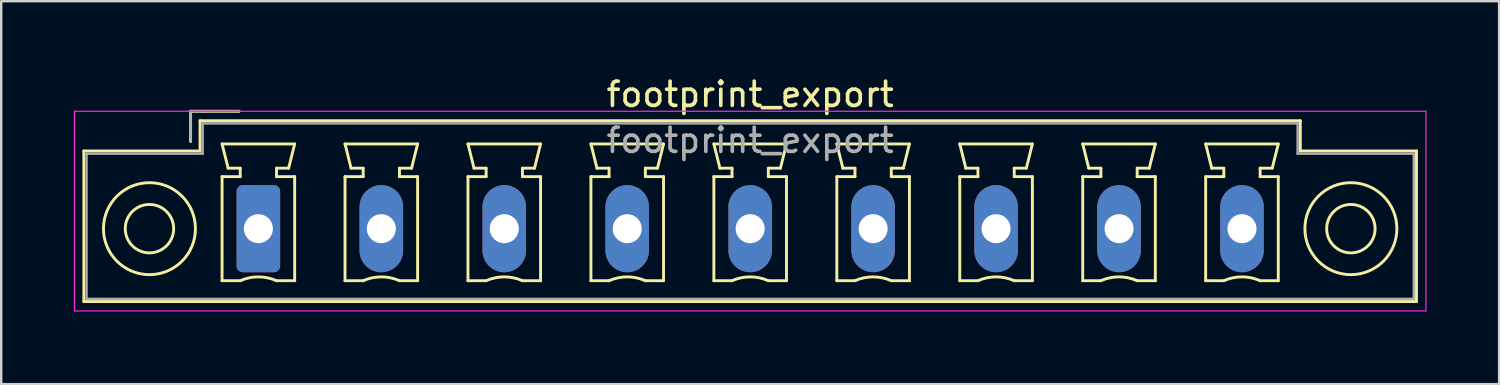
<source format=kicad_pcb>
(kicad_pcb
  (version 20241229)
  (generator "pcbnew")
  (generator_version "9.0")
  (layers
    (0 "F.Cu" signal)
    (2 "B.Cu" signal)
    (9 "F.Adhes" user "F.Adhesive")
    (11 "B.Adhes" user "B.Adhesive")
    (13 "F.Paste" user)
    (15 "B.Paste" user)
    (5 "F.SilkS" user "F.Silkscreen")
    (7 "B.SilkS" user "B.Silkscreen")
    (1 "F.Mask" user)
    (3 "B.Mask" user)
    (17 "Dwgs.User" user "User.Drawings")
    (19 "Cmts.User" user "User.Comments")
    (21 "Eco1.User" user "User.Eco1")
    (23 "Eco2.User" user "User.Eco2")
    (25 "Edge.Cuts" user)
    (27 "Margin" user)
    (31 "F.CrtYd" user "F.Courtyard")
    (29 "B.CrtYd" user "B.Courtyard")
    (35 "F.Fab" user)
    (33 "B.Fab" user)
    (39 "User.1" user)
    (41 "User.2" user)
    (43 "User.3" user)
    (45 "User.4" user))
  (footprint "footprint_export"
    (layer "F.Cu")
    (at 7.625 6.398)
    (property "Reference" "footprint_export" (at 20.32 -5.55 0) (layer "F.SilkS") (effects (font (size 1 1) (thickness 0.15))))
    (attr through_hole)
    (fp_line (start -7.21 -3.21) (end -7.21 3.01) (stroke (width 0.12) (type solid)) (layer "F.SilkS"))
    (fp_line (start -7.21 3.01) (end 47.85 3.01) (stroke (width 0.12) (type solid)) (layer "F.SilkS"))
    (fp_line (start -2.8 -4.85) (end -0.8 -4.85) (stroke (width 0.12) (type solid)) (layer "F.SilkS"))
    (fp_line (start -2.8 -3.6) (end -2.8 -4.85) (stroke (width 0.12) (type solid)) (layer "F.SilkS"))
    (fp_line (start -2.41 -4.46) (end -2.41 -3.21) (stroke (width 0.12) (type solid)) (layer "F.SilkS"))
    (fp_line (start -2.41 -3.21) (end -7.21 -3.21) (stroke (width 0.12) (type solid)) (layer "F.SilkS"))
    (fp_line (start -1.5 -3.5) (end 1.5 -3.5) (stroke (width 0.12) (type solid)) (layer "F.SilkS"))
    (fp_line (start -1.5 -2.15) (end -0.75 -2.15) (stroke (width 0.12) (type solid)) (layer "F.SilkS"))
    (fp_line (start -1.5 2.15) (end -1.5 -2.15) (stroke (width 0.12) (type solid)) (layer "F.SilkS"))
    (fp_line (start -1.25 -2.5) (end -1.5 -3.5) (stroke (width 0.12) (type solid)) (layer "F.SilkS"))
    (fp_line (start -0.75 -2.5) (end -1.25 -2.5) (stroke (width 0.12) (type solid)) (layer "F.SilkS"))
    (fp_line (start -0.75 -2.15) (end -0.75 -2.5) (stroke (width 0.12) (type solid)) (layer "F.SilkS"))
    (fp_line (start -0.75 2.15) (end -1.5 2.15) (stroke (width 0.12) (type solid)) (layer "F.SilkS"))
    (fp_line (start 0.75 -2.5) (end 0.75 -2.15) (stroke (width 0.12) (type solid)) (layer "F.SilkS"))
    (fp_line (start 0.75 -2.15) (end 1.5 -2.15) (stroke (width 0.12) (type solid)) (layer "F.SilkS"))
    (fp_line (start 1.25 -2.5) (end 0.75 -2.5) (stroke (width 0.12) (type solid)) (layer "F.SilkS"))
    (fp_line (start 1.5 -3.5) (end 1.25 -2.5) (stroke (width 0.12) (type solid)) (layer "F.SilkS"))
    (fp_line (start 1.5 -2.15) (end 1.5 2.15) (stroke (width 0.12) (type solid)) (layer "F.SilkS"))
    (fp_line (start 1.5 2.15) (end 0.75 2.15) (stroke (width 0.12) (type solid)) (layer "F.SilkS"))
    (fp_line (start 3.58 -3.5) (end 6.58 -3.5) (stroke (width 0.12) (type solid)) (layer "F.SilkS"))
    (fp_line (start 3.58 -2.15) (end 4.33 -2.15) (stroke (width 0.12) (type solid)) (layer "F.SilkS"))
    (fp_line (start 3.58 2.15) (end 3.58 -2.15) (stroke (width 0.12) (type solid)) (layer "F.SilkS"))
    (fp_line (start 3.83 -2.5) (end 3.58 -3.5) (stroke (width 0.12) (type solid)) (layer "F.SilkS"))
    (fp_line (start 4.33 -2.5) (end 3.83 -2.5) (stroke (width 0.12) (type solid)) (layer "F.SilkS"))
    (fp_line (start 4.33 -2.15) (end 4.33 -2.5) (stroke (width 0.12) (type solid)) (layer "F.SilkS"))
    (fp_line (start 4.33 2.15) (end 3.58 2.15) (stroke (width 0.12) (type solid)) (layer "F.SilkS"))
    (fp_line (start 5.83 -2.5) (end 5.83 -2.15) (stroke (width 0.12) (type solid)) (layer "F.SilkS"))
    (fp_line (start 5.83 -2.15) (end 6.58 -2.15) (stroke (width 0.12) (type solid)) (layer "F.SilkS"))
    (fp_line (start 6.33 -2.5) (end 5.83 -2.5) (stroke (width 0.12) (type solid)) (layer "F.SilkS"))
    (fp_line (start 6.58 -3.5) (end 6.33 -2.5) (stroke (width 0.12) (type solid)) (layer "F.SilkS"))
    (fp_line (start 6.58 -2.15) (end 6.58 2.15) (stroke (width 0.12) (type solid)) (layer "F.SilkS"))
    (fp_line (start 6.58 2.15) (end 5.83 2.15) (stroke (width 0.12) (type solid)) (layer "F.SilkS"))
    (fp_line (start 8.66 -3.5) (end 11.66 -3.5) (stroke (width 0.12) (type solid)) (layer "F.SilkS"))
    (fp_line (start 8.66 -2.15) (end 9.41 -2.15) (stroke (width 0.12) (type solid)) (layer "F.SilkS"))
    (fp_line (start 8.66 2.15) (end 8.66 -2.15) (stroke (width 0.12) (type solid)) (layer "F.SilkS"))
    (fp_line (start 8.91 -2.5) (end 8.66 -3.5) (stroke (width 0.12) (type solid)) (layer "F.SilkS"))
    (fp_line (start 9.41 -2.5) (end 8.91 -2.5) (stroke (width 0.12) (type solid)) (layer "F.SilkS"))
    (fp_line (start 9.41 -2.15) (end 9.41 -2.5) (stroke (width 0.12) (type solid)) (layer "F.SilkS"))
    (fp_line (start 9.41 2.15) (end 8.66 2.15) (stroke (width 0.12) (type solid)) (layer "F.SilkS"))
    (fp_line (start 10.91 -2.5) (end 10.91 -2.15) (stroke (width 0.12) (type solid)) (layer "F.SilkS"))
    (fp_line (start 10.91 -2.15) (end 11.66 -2.15) (stroke (width 0.12) (type solid)) (layer "F.SilkS"))
    (fp_line (start 11.41 -2.5) (end 10.91 -2.5) (stroke (width 0.12) (type solid)) (layer "F.SilkS"))
    (fp_line (start 11.66 -3.5) (end 11.41 -2.5) (stroke (width 0.12) (type solid)) (layer "F.SilkS"))
    (fp_line (start 11.66 -2.15) (end 11.66 2.15) (stroke (width 0.12) (type solid)) (layer "F.SilkS"))
    (fp_line (start 11.66 2.15) (end 10.91 2.15) (stroke (width 0.12) (type solid)) (layer "F.SilkS"))
    (fp_line (start 13.74 -3.5) (end 16.74 -3.5) (stroke (width 0.12) (type solid)) (layer "F.SilkS"))
    (fp_line (start 13.74 -2.15) (end 14.49 -2.15) (stroke (width 0.12) (type solid)) (layer "F.SilkS"))
    (fp_line (start 13.74 2.15) (end 13.74 -2.15) (stroke (width 0.12) (type solid)) (layer "F.SilkS"))
    (fp_line (start 13.99 -2.5) (end 13.74 -3.5) (stroke (width 0.12) (type solid)) (layer "F.SilkS"))
    (fp_line (start 14.49 -2.5) (end 13.99 -2.5) (stroke (width 0.12) (type solid)) (layer "F.SilkS"))
    (fp_line (start 14.49 -2.15) (end 14.49 -2.5) (stroke (width 0.12) (type solid)) (layer "F.SilkS"))
    (fp_line (start 14.49 2.15) (end 13.74 2.15) (stroke (width 0.12) (type solid)) (layer "F.SilkS"))
    (fp_line (start 15.99 -2.5) (end 15.99 -2.15) (stroke (width 0.12) (type solid)) (layer "F.SilkS"))
    (fp_line (start 15.99 -2.15) (end 16.74 -2.15) (stroke (width 0.12) (type solid)) (layer "F.SilkS"))
    (fp_line (start 16.49 -2.5) (end 15.99 -2.5) (stroke (width 0.12) (type solid)) (layer "F.SilkS"))
    (fp_line (start 16.74 -3.5) (end 16.49 -2.5) (stroke (width 0.12) (type solid)) (layer "F.SilkS"))
    (fp_line (start 16.74 -2.15) (end 16.74 2.15) (stroke (width 0.12) (type solid)) (layer "F.SilkS"))
    (fp_line (start 16.74 2.15) (end 15.99 2.15) (stroke (width 0.12) (type solid)) (layer "F.SilkS"))
    (fp_line (start 18.82 -3.5) (end 21.82 -3.5) (stroke (width 0.12) (type solid)) (layer "F.SilkS"))
    (fp_line (start 18.82 -2.15) (end 19.57 -2.15) (stroke (width 0.12) (type solid)) (layer "F.SilkS"))
    (fp_line (start 18.82 2.15) (end 18.82 -2.15) (stroke (width 0.12) (type solid)) (layer "F.SilkS"))
    (fp_line (start 19.07 -2.5) (end 18.82 -3.5) (stroke (width 0.12) (type solid)) (layer "F.SilkS"))
    (fp_line (start 19.57 -2.5) (end 19.07 -2.5) (stroke (width 0.12) (type solid)) (layer "F.SilkS"))
    (fp_line (start 19.57 -2.15) (end 19.57 -2.5) (stroke (width 0.12) (type solid)) (layer "F.SilkS"))
    (fp_line (start 19.57 2.15) (end 18.82 2.15) (stroke (width 0.12) (type solid)) (layer "F.SilkS"))
    (fp_line (start 21.07 -2.5) (end 21.07 -2.15) (stroke (width 0.12) (type solid)) (layer "F.SilkS"))
    (fp_line (start 21.07 -2.15) (end 21.82 -2.15) (stroke (width 0.12) (type solid)) (layer "F.SilkS"))
    (fp_line (start 21.57 -2.5) (end 21.07 -2.5) (stroke (width 0.12) (type solid)) (layer "F.SilkS"))
    (fp_line (start 21.82 -3.5) (end 21.57 -2.5) (stroke (width 0.12) (type solid)) (layer "F.SilkS"))
    (fp_line (start 21.82 -2.15) (end 21.82 2.15) (stroke (width 0.12) (type solid)) (layer "F.SilkS"))
    (fp_line (start 21.82 2.15) (end 21.07 2.15) (stroke (width 0.12) (type solid)) (layer "F.SilkS"))
    (fp_line (start 23.9 -3.5) (end 26.9 -3.5) (stroke (width 0.12) (type solid)) (layer "F.SilkS"))
    (fp_line (start 23.9 -2.15) (end 24.65 -2.15) (stroke (width 0.12) (type solid)) (layer "F.SilkS"))
    (fp_line (start 23.9 2.15) (end 23.9 -2.15) (stroke (width 0.12) (type solid)) (layer "F.SilkS"))
    (fp_line (start 24.15 -2.5) (end 23.9 -3.5) (stroke (width 0.12) (type solid)) (layer "F.SilkS"))
    (fp_line (start 24.65 -2.5) (end 24.15 -2.5) (stroke (width 0.12) (type solid)) (layer "F.SilkS"))
    (fp_line (start 24.65 -2.15) (end 24.65 -2.5) (stroke (width 0.12) (type solid)) (layer "F.SilkS"))
    (fp_line (start 24.65 2.15) (end 23.9 2.15) (stroke (width 0.12) (type solid)) (layer "F.SilkS"))
    (fp_line (start 26.15 -2.5) (end 26.15 -2.15) (stroke (width 0.12) (type solid)) (layer "F.SilkS"))
    (fp_line (start 26.15 -2.15) (end 26.9 -2.15) (stroke (width 0.12) (type solid)) (layer "F.SilkS"))
    (fp_line (start 26.65 -2.5) (end 26.15 -2.5) (stroke (width 0.12) (type solid)) (layer "F.SilkS"))
    (fp_line (start 26.9 -3.5) (end 26.65 -2.5) (stroke (width 0.12) (type solid)) (layer "F.SilkS"))
    (fp_line (start 26.9 -2.15) (end 26.9 2.15) (stroke (width 0.12) (type solid)) (layer "F.SilkS"))
    (fp_line (start 26.9 2.15) (end 26.15 2.15) (stroke (width 0.12) (type solid)) (layer "F.SilkS"))
    (fp_line (start 28.98 -3.5) (end 31.98 -3.5) (stroke (width 0.12) (type solid)) (layer "F.SilkS"))
    (fp_line (start 28.98 -2.15) (end 29.73 -2.15) (stroke (width 0.12) (type solid)) (layer "F.SilkS"))
    (fp_line (start 28.98 2.15) (end 28.98 -2.15) (stroke (width 0.12) (type solid)) (layer "F.SilkS"))
    (fp_line (start 29.23 -2.5) (end 28.98 -3.5) (stroke (width 0.12) (type solid)) (layer "F.SilkS"))
    (fp_line (start 29.73 -2.5) (end 29.23 -2.5) (stroke (width 0.12) (type solid)) (layer "F.SilkS"))
    (fp_line (start 29.73 -2.15) (end 29.73 -2.5) (stroke (width 0.12) (type solid)) (layer "F.SilkS"))
    (fp_line (start 29.73 2.15) (end 28.98 2.15) (stroke (width 0.12) (type solid)) (layer "F.SilkS"))
    (fp_line (start 31.23 -2.5) (end 31.23 -2.15) (stroke (width 0.12) (type solid)) (layer "F.SilkS"))
    (fp_line (start 31.23 -2.15) (end 31.98 -2.15) (stroke (width 0.12) (type solid)) (layer "F.SilkS"))
    (fp_line (start 31.73 -2.5) (end 31.23 -2.5) (stroke (width 0.12) (type solid)) (layer "F.SilkS"))
    (fp_line (start 31.98 -3.5) (end 31.73 -2.5) (stroke (width 0.12) (type solid)) (layer "F.SilkS"))
    (fp_line (start 31.98 -2.15) (end 31.98 2.15) (stroke (width 0.12) (type solid)) (layer "F.SilkS"))
    (fp_line (start 31.98 2.15) (end 31.23 2.15) (stroke (width 0.12) (type solid)) (layer "F.SilkS"))
    (fp_line (start 34.06 -3.5) (end 37.06 -3.5) (stroke (width 0.12) (type solid)) (layer "F.SilkS"))
    (fp_line (start 34.06 -2.15) (end 34.81 -2.15) (stroke (width 0.12) (type solid)) (layer "F.SilkS"))
    (fp_line (start 34.06 2.15) (end 34.06 -2.15) (stroke (width 0.12) (type solid)) (layer "F.SilkS"))
    (fp_line (start 34.31 -2.5) (end 34.06 -3.5) (stroke (width 0.12) (type solid)) (layer "F.SilkS"))
    (fp_line (start 34.81 -2.5) (end 34.31 -2.5) (stroke (width 0.12) (type solid)) (layer "F.SilkS"))
    (fp_line (start 34.81 -2.15) (end 34.81 -2.5) (stroke (width 0.12) (type solid)) (layer "F.SilkS"))
    (fp_line (start 34.81 2.15) (end 34.06 2.15) (stroke (width 0.12) (type solid)) (layer "F.SilkS"))
    (fp_line (start 36.31 -2.5) (end 36.31 -2.15) (stroke (width 0.12) (type solid)) (layer "F.SilkS"))
    (fp_line (start 36.31 -2.15) (end 37.06 -2.15) (stroke (width 0.12) (type solid)) (layer "F.SilkS"))
    (fp_line (start 36.81 -2.5) (end 36.31 -2.5) (stroke (width 0.12) (type solid)) (layer "F.SilkS"))
    (fp_line (start 37.06 -3.5) (end 36.81 -2.5) (stroke (width 0.12) (type solid)) (layer "F.SilkS"))
    (fp_line (start 37.06 -2.15) (end 37.06 2.15) (stroke (width 0.12) (type solid)) (layer "F.SilkS"))
    (fp_line (start 37.06 2.15) (end 36.31 2.15) (stroke (width 0.12) (type solid)) (layer "F.SilkS"))
    (fp_line (start 39.14 -3.5) (end 42.14 -3.5) (stroke (width 0.12) (type solid)) (layer "F.SilkS"))
    (fp_line (start 39.14 -2.15) (end 39.89 -2.15) (stroke (width 0.12) (type solid)) (layer "F.SilkS"))
    (fp_line (start 39.14 2.15) (end 39.14 -2.15) (stroke (width 0.12) (type solid)) (layer "F.SilkS"))
    (fp_line (start 39.39 -2.5) (end 39.14 -3.5) (stroke (width 0.12) (type solid)) (layer "F.SilkS"))
    (fp_line (start 39.89 -2.5) (end 39.39 -2.5) (stroke (width 0.12) (type solid)) (layer "F.SilkS"))
    (fp_line (start 39.89 -2.15) (end 39.89 -2.5) (stroke (width 0.12) (type solid)) (layer "F.SilkS"))
    (fp_line (start 39.89 2.15) (end 39.14 2.15) (stroke (width 0.12) (type solid)) (layer "F.SilkS"))
    (fp_line (start 41.39 -2.5) (end 41.39 -2.15) (stroke (width 0.12) (type solid)) (layer "F.SilkS"))
    (fp_line (start 41.39 -2.15) (end 42.14 -2.15) (stroke (width 0.12) (type solid)) (layer "F.SilkS"))
    (fp_line (start 41.89 -2.5) (end 41.39 -2.5) (stroke (width 0.12) (type solid)) (layer "F.SilkS"))
    (fp_line (start 42.14 -3.5) (end 41.89 -2.5) (stroke (width 0.12) (type solid)) (layer "F.SilkS"))
    (fp_line (start 42.14 -2.15) (end 42.14 2.15) (stroke (width 0.12) (type solid)) (layer "F.SilkS"))
    (fp_line (start 42.14 2.15) (end 41.39 2.15) (stroke (width 0.12) (type solid)) (layer "F.SilkS"))
    (fp_line (start 43.05 -4.46) (end -2.41 -4.46) (stroke (width 0.12) (type solid)) (layer "F.SilkS"))
    (fp_line (start 43.05 -3.21) (end 43.05 -4.46) (stroke (width 0.12) (type solid)) (layer "F.SilkS"))
    (fp_line (start 47.85 -3.21) (end 43.05 -3.21) (stroke (width 0.12) (type solid)) (layer "F.SilkS"))
    (fp_line (start 47.85 3.01) (end 47.85 -3.21) (stroke (width 0.12) (type solid)) (layer "F.SilkS"))
    (fp_arc (start -0.75 2.15) (mid -0.000193 1.99191) (end 0.749647 2.149844) (stroke (width 0.12) (type solid)) (layer "F.SilkS"))
    (fp_arc (start 4.33 2.15) (mid 5.079807 1.99191) (end 5.829647 2.149844) (stroke (width 0.12) (type solid)) (layer "F.SilkS"))
    (fp_arc (start 9.41 2.15) (mid 10.159807 1.99191) (end 10.909647 2.149844) (stroke (width 0.12) (type solid)) (layer "F.SilkS"))
    (fp_arc (start 14.49 2.15) (mid 15.239807 1.99191) (end 15.989647 2.149844) (stroke (width 0.12) (type solid)) (layer "F.SilkS"))
    (fp_arc (start 19.57 2.15) (mid 20.319807 1.99191) (end 21.069647 2.149844) (stroke (width 0.12) (type solid)) (layer "F.SilkS"))
    (fp_arc (start 24.65 2.15) (mid 25.399807 1.99191) (end 26.149647 2.149844) (stroke (width 0.12) (type solid)) (layer "F.SilkS"))
    (fp_arc (start 29.73 2.15) (mid 30.479807 1.99191) (end 31.229647 2.149844) (stroke (width 0.12) (type solid)) (layer "F.SilkS"))
    (fp_arc (start 34.81 2.15) (mid 35.559807 1.99191) (end 36.309647 2.149844) (stroke (width 0.12) (type solid)) (layer "F.SilkS"))
    (fp_arc (start 39.89 2.15) (mid 40.639807 1.99191) (end 41.389647 2.149844) (stroke (width 0.12) (type solid)) (layer "F.SilkS"))
    (fp_circle (center -4.5 0) (end -3.5 0) (stroke (width 0.12) (type solid)) (fill no) (layer "F.SilkS"))
    (fp_circle (center -4.5 0) (end -2.6 0) (stroke (width 0.12) (type solid)) (fill no) (layer "F.SilkS"))
    (fp_circle (center 45.14 0) (end 46.14 0) (stroke (width 0.12) (type solid)) (fill no) (layer "F.SilkS"))
    (fp_circle (center 45.14 0) (end 47.04 0) (stroke (width 0.12) (type solid)) (fill no) (layer "F.SilkS"))
    (fp_line (start -7.6 -4.85) (end -7.6 3.4) (stroke (width 0.05) (type solid)) (layer "F.CrtYd"))
    (fp_line (start -7.6 3.4) (end 48.24 3.4) (stroke (width 0.05) (type solid)) (layer "F.CrtYd"))
    (fp_line (start 48.24 -4.85) (end -7.6 -4.85) (stroke (width 0.05) (type solid)) (layer "F.CrtYd"))
    (fp_line (start 48.24 3.4) (end 48.24 -4.85) (stroke (width 0.05) (type solid)) (layer "F.CrtYd"))
    (fp_line (start -7.1 -3.1) (end -7.1 2.9) (stroke (width 0.1) (type solid)) (layer "F.Fab"))
    (fp_line (start -7.1 2.9) (end 47.74 2.9) (stroke (width 0.1) (type solid)) (layer "F.Fab"))
    (fp_line (start -2.8 -4.85) (end -0.8 -4.85) (stroke (width 0.1) (type solid)) (layer "F.Fab"))
    (fp_line (start -2.8 -3.6) (end -2.8 -4.85) (stroke (width 0.1) (type solid)) (layer "F.Fab"))
    (fp_line (start -2.3 -4.35) (end -2.3 -3.1) (stroke (width 0.1) (type solid)) (layer "F.Fab"))
    (fp_line (start -2.3 -3.1) (end -7.1 -3.1) (stroke (width 0.1) (type solid)) (layer "F.Fab"))
    (fp_line (start 42.94 -4.35) (end -2.3 -4.35) (stroke (width 0.1) (type solid)) (layer "F.Fab"))
    (fp_line (start 42.94 -3.1) (end 42.94 -4.35) (stroke (width 0.1) (type solid)) (layer "F.Fab"))
    (fp_line (start 47.74 -3.1) (end 42.94 -3.1) (stroke (width 0.1) (type solid)) (layer "F.Fab"))
    (fp_line (start 47.74 2.9) (end 47.74 -3.1) (stroke (width 0.1) (type solid)) (layer "F.Fab"))
    (fp_text user "${REFERENCE}" (at 20.32 -3.65 0) (layer "F.Fab") (effects (font (size 1 1) (thickness 0.15))))
    (pad "1" thru_hole roundrect (at 0 0) (size 1.8 3.6) (drill 1.2) (layers "*.Cu" "*.Mask") (roundrect_rratio 0.139))
    (pad "2" thru_hole oval (at 5.08 0) (size 1.8 3.6) (drill 1.2) (layers "*.Cu" "*.Mask"))
    (pad "3" thru_hole oval (at 10.16 0) (size 1.8 3.6) (drill 1.2) (layers "*.Cu" "*.Mask"))
    (pad "4" thru_hole oval (at 15.24 0) (size 1.8 3.6) (drill 1.2) (layers "*.Cu" "*.Mask"))
    (pad "5" thru_hole oval (at 20.32 0) (size 1.8 3.6) (drill 1.2) (layers "*.Cu" "*.Mask"))
    (pad "6" thru_hole oval (at 25.4 0) (size 1.8 3.6) (drill 1.2) (layers "*.Cu" "*.Mask"))
    (pad "7" thru_hole oval (at 30.48 0) (size 1.8 3.6) (drill 1.2) (layers "*.Cu" "*.Mask"))
    (pad "8" thru_hole oval (at 35.56 0) (size 1.8 3.6) (drill 1.2) (layers "*.Cu" "*.Mask"))
    (pad "9" thru_hole oval (at 40.64 0) (size 1.8 3.6) (drill 1.2) (layers "*.Cu" "*.Mask")))
  (gr_rect
    (start -3 -3)
    (end 58.89 12.823)
    (stroke (width 0.1) (type default))
    (fill no)
    (layer "Edge.Cuts")))
</source>
